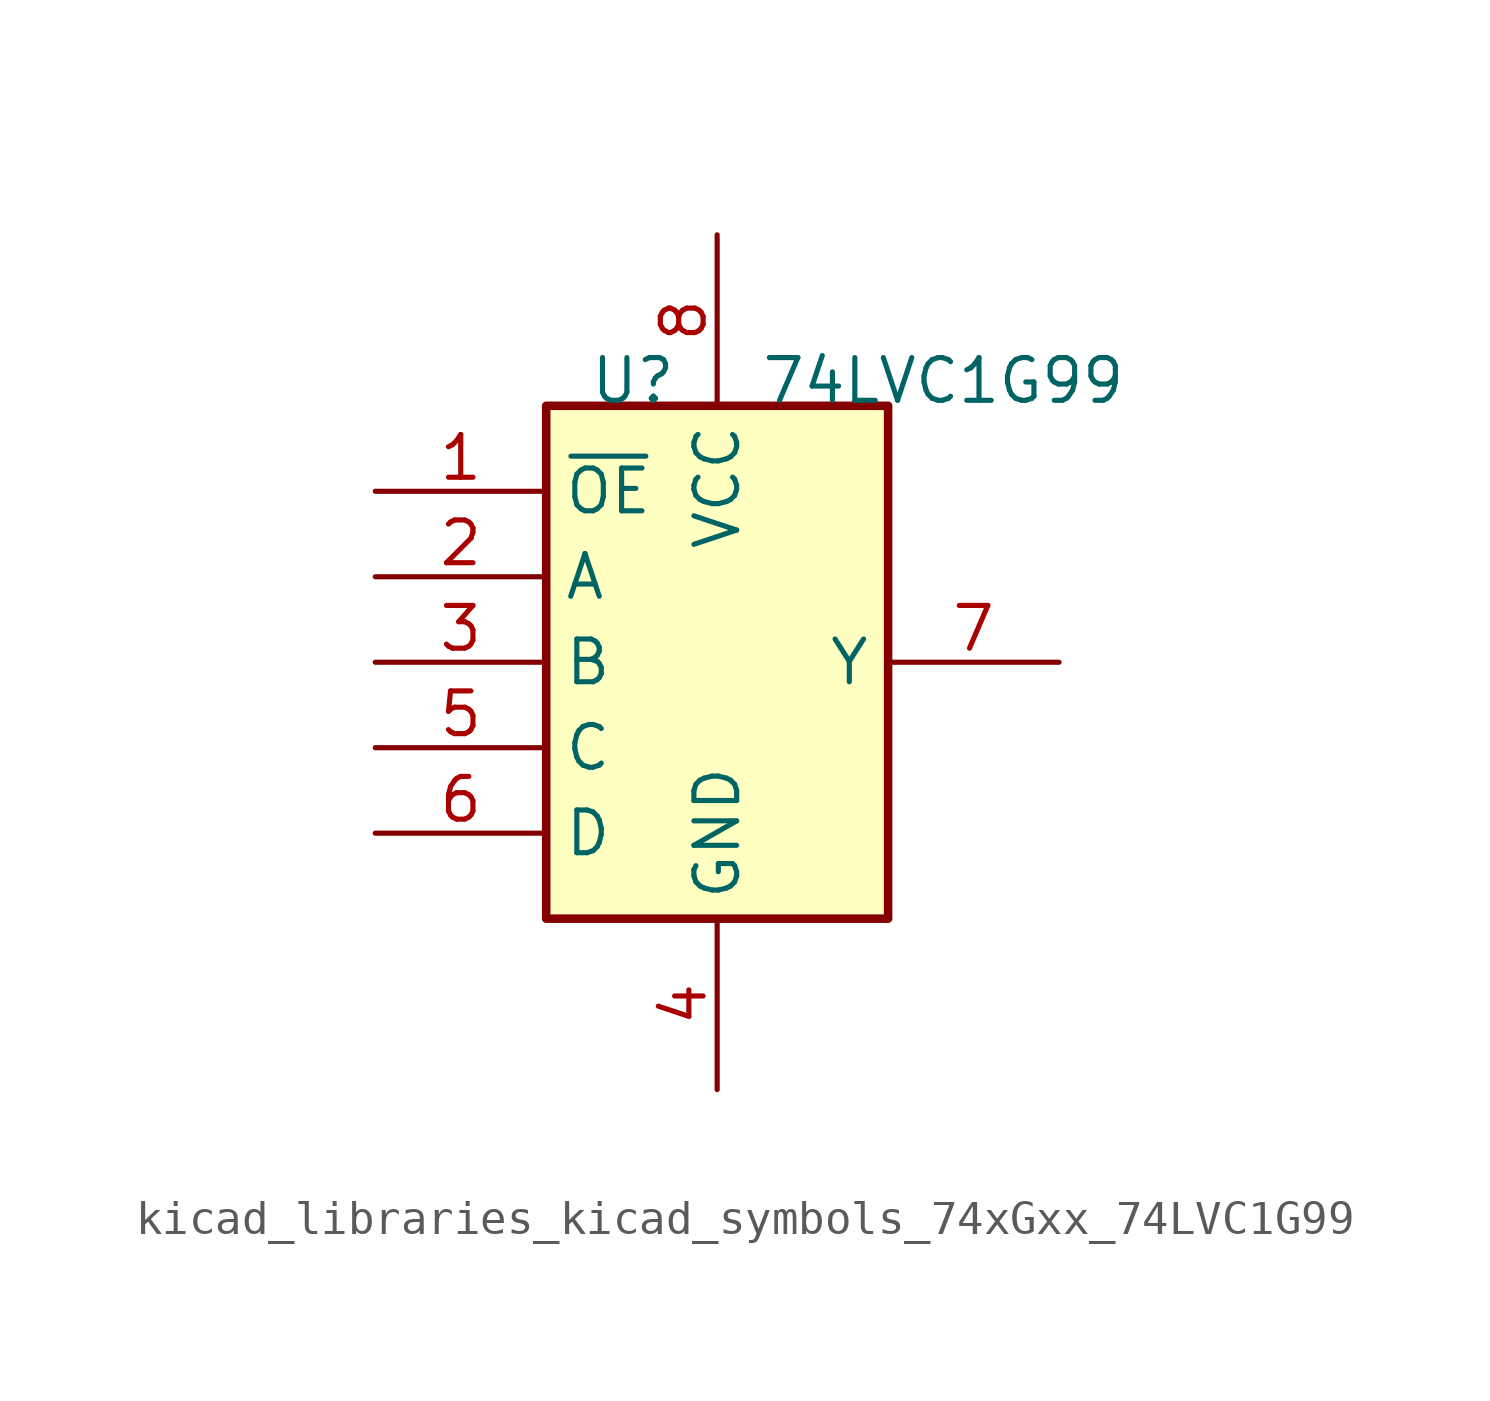
<source format=kicad_sym>
(kicad_symbol_lib
  (version 20220914)
  (generator kicad_symbol_editor)
  (symbol "kicad_libraries_kicad_symbols_74xGxx_74LVC1G99"
    (property "Reference" "U"
      (at -3.81 7.62 0)
      (effects (font (size 1.27 1.27)) (justify left bottom)))
    (property "Value" "74LVC1G99"
      (at 1.27 7.62 0)
      (effects (font (size 1.27 1.27)) (justify left bottom)))
    (symbol "kicad_libraries_kicad_symbols_74xGxx_74LVC1G99_0_1"
      (rectangle (start -5.08 7.62) (end 5.08 -7.62) (stroke (width 0.254) (type default)) (fill (type background))))
    (symbol "kicad_libraries_kicad_symbols_74xGxx_74LVC1G99_1_1"
      (pin input line (at -10.16 5.08 0) (length 5.08) (name "~{OE}" (effects (font (size 1.27 1.27)))) (number "1" (effects (font (size 1.27 1.27)))))
      (pin input line (at -10.16 2.54 0) (length 5.08) (name "A" (effects (font (size 1.27 1.27)))) (number "2" (effects (font (size 1.27 1.27)))))
      (pin input line (at -10.16 0 0) (length 5.08) (name "B" (effects (font (size 1.27 1.27)))) (number "3" (effects (font (size 1.27 1.27)))))
      (pin power_in line (at 0 -12.7 90) (length 5.08) (name "GND" (effects (font (size 1.27 1.27)))) (number "4" (effects (font (size 1.27 1.27)))))
      (pin input line (at -10.16 -2.54 0) (length 5.08) (name "C" (effects (font (size 1.27 1.27)))) (number "5" (effects (font (size 1.27 1.27)))))
      (pin input line (at -10.16 -5.08 0) (length 5.08) (name "D" (effects (font (size 1.27 1.27)))) (number "6" (effects (font (size 1.27 1.27)))))
      (pin output line (at 10.16 0 180) (length 5.08) (name "Y" (effects (font (size 1.27 1.27)))) (number "7" (effects (font (size 1.27 1.27)))))
      (pin power_in line (at 0 12.7 270) (length 5.08) (name "VCC" (effects (font (size 1.27 1.27)))) (number "8" (effects (font (size 1.27 1.27))))))))
</source>
